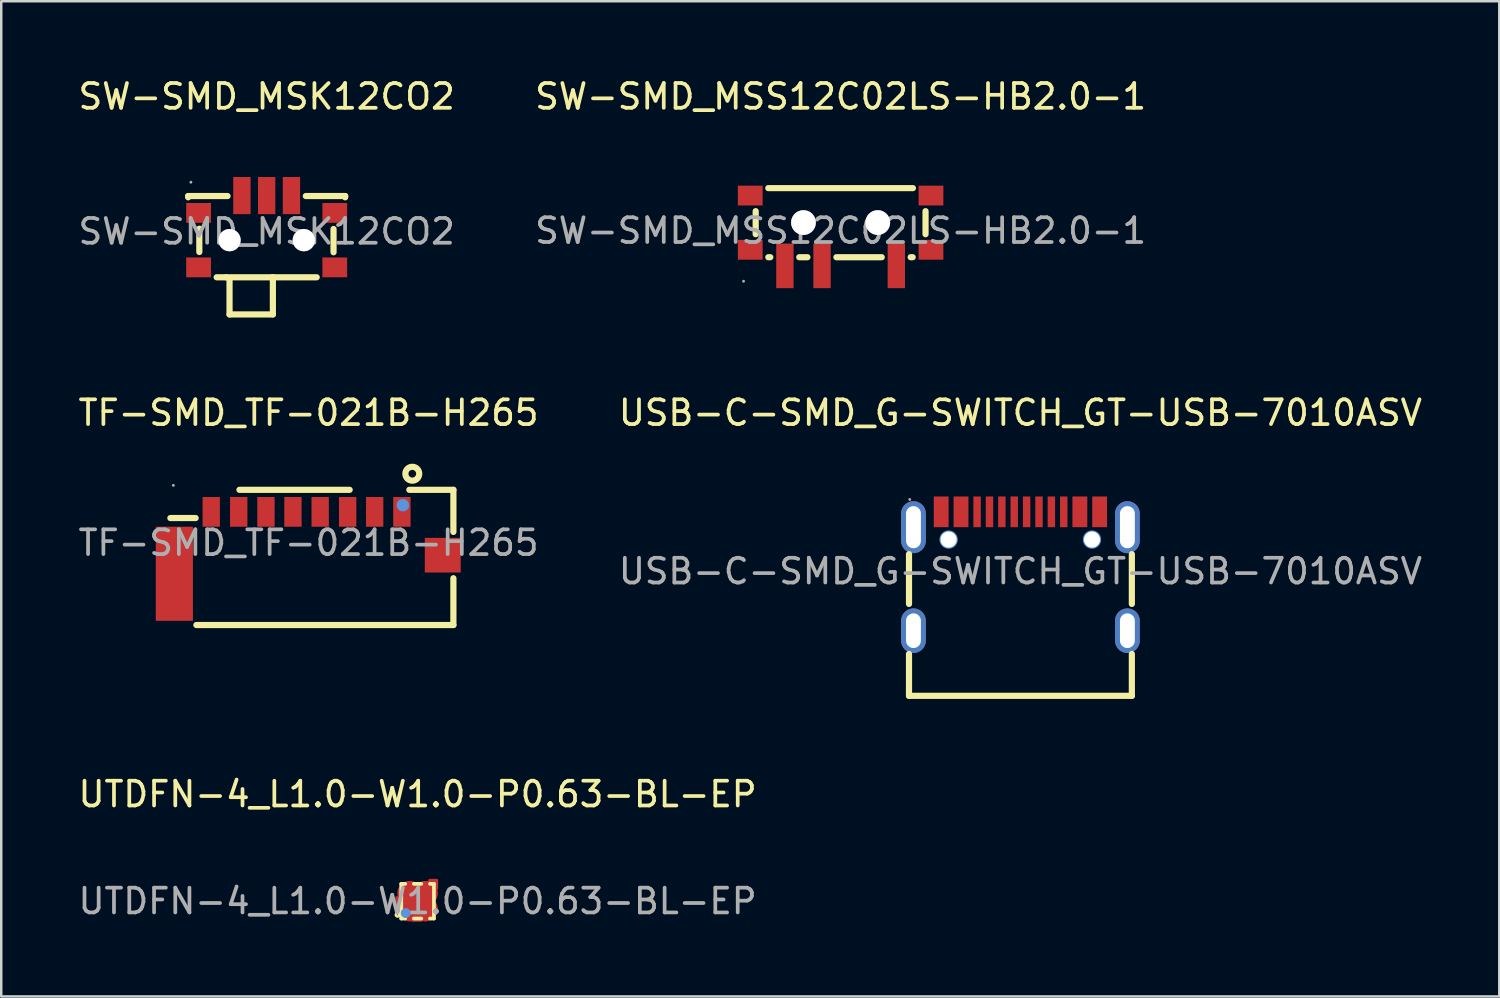
<source format=kicad_pcb>
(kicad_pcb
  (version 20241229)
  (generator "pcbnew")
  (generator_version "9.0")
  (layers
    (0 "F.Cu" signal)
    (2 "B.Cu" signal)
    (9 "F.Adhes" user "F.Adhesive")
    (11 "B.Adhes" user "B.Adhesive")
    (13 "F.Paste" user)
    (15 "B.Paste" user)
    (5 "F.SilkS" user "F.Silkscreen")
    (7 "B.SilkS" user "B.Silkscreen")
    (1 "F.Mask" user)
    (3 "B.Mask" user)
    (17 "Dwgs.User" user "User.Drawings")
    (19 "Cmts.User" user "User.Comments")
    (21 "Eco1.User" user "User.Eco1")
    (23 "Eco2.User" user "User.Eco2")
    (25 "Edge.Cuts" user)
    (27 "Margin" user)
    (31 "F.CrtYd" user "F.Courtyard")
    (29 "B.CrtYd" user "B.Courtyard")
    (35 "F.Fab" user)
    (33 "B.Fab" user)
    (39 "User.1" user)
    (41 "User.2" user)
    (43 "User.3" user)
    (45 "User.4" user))
  (footprint "USB-C-SMD_G-SWITCH_GT-USB-7010ASV"
    (layer "F.Cu")
    (at 38.161 20.021)
    (property "Reference" "USB-C-SMD_G-SWITCH_GT-USB-7010ASV" (at 0 -6.4 0) (layer "F.SilkS") (effects (font (size 1 1) (thickness 0.15))))
    (attr smd)
    (fp_line (start -4.5 1.32) (end -4.5 -0.69) (stroke (width 0.25) (type solid)) (layer "F.SilkS"))
    (fp_line (start -4.5 5.03) (end -4.5 3.34) (stroke (width 0.25) (type solid)) (layer "F.SilkS"))
    (fp_line (start 4.5 1.32) (end 4.5 -0.69) (stroke (width 0.25) (type solid)) (layer "F.SilkS"))
    (fp_line (start 4.5 5.03) (end -4.5 5.03) (stroke (width 0.25) (type solid)) (layer "F.SilkS"))
    (fp_line (start 4.5 5.03) (end 4.5 3.34) (stroke (width 0.25) (type solid)) (layer "F.SilkS"))
    (fp_circle (center -2.9 -1.28) (end -2.78 -1.28) (stroke (width 0.25) (type solid)) (fill no) (layer "Cmts.User"))
    (fp_circle (center 2.89 -1.28) (end 3.01 -1.28) (stroke (width 0.25) (type solid)) (fill no) (layer "Cmts.User"))
    (fp_circle (center -4.47 -2.9) (end -4.44 -2.9) (stroke (width 0.06) (type solid)) (fill no) (layer "F.Fab"))
    (fp_text user "${REFERENCE}" (at 0 0 0) (layer "F.Fab") (effects (font (size 1 1) (thickness 0.15))))
    (pad "" thru_hole circle (at -2.9 -1.28) (size 0.65 0.65) (drill 0.65) (layers "*.Cu" "*.Mask"))
    (pad "" thru_hole circle (at 2.89 -1.28) (size 0.65 0.65) (drill 0.65) (layers "*.Cu" "*.Mask"))
    (pad "1" thru_hole oval (at -4.32 -1.78) (size 1 2.1) (drill oval 0.6 1.7) (layers "*.Cu" "*.Mask"))
    (pad "2" thru_hole oval (at 4.32 -1.78) (size 1 2.1) (drill oval 0.6 1.7) (layers "*.Cu" "*.Mask"))
    (pad "3" thru_hole oval (at 4.32 2.4) (size 1 1.8) (drill oval 0.6 1.4) (layers "*.Cu" "*.Mask"))
    (pad "4" thru_hole oval (at -4.32 2.4) (size 1 1.8) (drill oval 0.6 1.4) (layers "*.Cu" "*.Mask"))
    (pad "A1B12" smd rect (at -3.2 -2.4) (size 0.6 1.24) (layers "F.Cu" "F.Mask" "F.Paste"))
    (pad "A4B9" smd rect (at -2.4 -2.4) (size 0.6 1.24) (layers "F.Cu" "F.Mask" "F.Paste"))
    (pad "A5" smd rect (at -1.25 -2.4) (size 0.3 1.24) (layers "F.Cu" "F.Mask" "F.Paste"))
    (pad "A6" smd rect (at -0.25 -2.4) (size 0.3 1.24) (layers "F.Cu" "F.Mask" "F.Paste"))
    (pad "A7" smd rect (at 0.25 -2.4) (size 0.3 1.24) (layers "F.Cu" "F.Mask" "F.Paste"))
    (pad "A8" smd rect (at 1.25 -2.4) (size 0.3 1.24) (layers "F.Cu" "F.Mask" "F.Paste"))
    (pad "B1A12" smd rect (at 3.2 -2.4) (size 0.6 1.24) (layers "F.Cu" "F.Mask" "F.Paste"))
    (pad "B4A9" smd rect (at 2.4 -2.4) (size 0.6 1.24) (layers "F.Cu" "F.Mask" "F.Paste"))
    (pad "B5" smd rect (at 1.75 -2.4) (size 0.3 1.24) (layers "F.Cu" "F.Mask" "F.Paste"))
    (pad "B6" smd rect (at 0.75 -2.4) (size 0.3 1.24) (layers "F.Cu" "F.Mask" "F.Paste"))
    (pad "B7" smd rect (at -0.75 -2.4) (size 0.3 1.24) (layers "F.Cu" "F.Mask" "F.Paste"))
    (pad "B8" smd rect (at -1.75 -2.4) (size 0.3 1.24) (layers "F.Cu" "F.Mask" "F.Paste")))
  (footprint "UTDFN-4_L1.0-W1.0-P0.63-BL-EP"
    (layer "F.Cu")
    (at 13.815 33.345)
    (property "Reference" "UTDFN-4_L1.0-W1.0-P0.63-BL-EP" (at 0 -4.32 0) (layer "F.SilkS") (effects (font (size 1 1) (thickness 0.15))))
    (attr smd)
    (fp_line (start -0.66 -0.7) (end -0.66 0.7) (stroke (width 0.15) (type solid)) (layer "F.SilkS"))
    (fp_line (start -0.66 -0.7) (end -0.5 -0.7) (stroke (width 0.15) (type solid)) (layer "F.SilkS"))
    (fp_line (start -0.66 0.7) (end -0.5 0.7) (stroke (width 0.15) (type solid)) (layer "F.SilkS"))
    (fp_line (start -0.15 -0.7) (end 0.15 -0.7) (stroke (width 0.15) (type solid)) (layer "F.SilkS"))
    (fp_line (start -0.15 0.7) (end 0.15 0.7) (stroke (width 0.15) (type solid)) (layer "F.SilkS"))
    (fp_line (start 0.5 -0.7) (end 0.66 -0.7) (stroke (width 0.15) (type solid)) (layer "F.SilkS"))
    (fp_line (start 0.5 0.7) (end 0.66 0.7) (stroke (width 0.15) (type solid)) (layer "F.SilkS"))
    (fp_line (start 0.66 -0.7) (end 0.66 0.7) (stroke (width 0.15) (type solid)) (layer "F.SilkS"))
    (fp_circle (center -0.81 0.55) (end -0.79 0.55) (stroke (width 0.1) (type solid)) (fill no) (layer "F.SilkS"))
    (fp_circle (center -0.48 0.48) (end -0.38 0.48) (stroke (width 0.2) (type solid)) (fill no) (layer "Cmts.User"))
    (fp_circle (center -0.5 0.5) (end -0.47 0.5) (stroke (width 0.06) (type solid)) (fill no) (layer "F.Fab"))
    (fp_text user "${REFERENCE}" (at 0 0 0) (layer "F.Fab") (effects (font (size 1 1) (thickness 0.15))))
    (pad "1" smd custom (at -0.32 0.32 180) (size 1 1) (layers "F.Cu" "F.Mask" "F.Paste") (options (anchor circle)) (primitives (gr_poly (pts (xy -0.17 0.52) (xy -0.47 0.52) (xy -0.47 0.12) (xy -0.17 0.42)) (width 0.1) (fill yes))))
    (pad "2" smd custom (at 0.32 0.32 270) (size 1 1) (layers "F.Cu" "F.Mask" "F.Paste") (options (anchor circle)) (primitives (gr_poly (pts (xy 0.46 0.17) (xy 0.46 0.52) (xy 0.16 0.52) (xy 0.16 0.42) (xy 0.41 0.17)) (width 0.1) (fill yes))))
    (pad "3" smd custom (at 0.32 -0.32) (size 1 1) (layers "F.Cu" "F.Mask" "F.Paste") (options (anchor circle)) (primitives (gr_poly (pts (xy 0.16 -0.53) (xy 0.46 -0.53) (xy 0.46 -0.18) (xy 0.41 -0.18) (xy 0.16 -0.43)) (width 0.1) (fill yes))))
    (pad "4" smd custom (at -0.32 -0.32 90) (size 1 1) (layers "F.Cu" "F.Mask" "F.Paste") (options (anchor circle)) (primitives (gr_poly (pts (xy -0.47 -0.18) (xy -0.47 -0.53) (xy -0.17 -0.53) (xy -0.17 -0.48) (xy -0.17 -0.43) (xy -0.42 -0.18)) (width 0.1) (fill yes))))
    (pad "5" smd rect (at 0 0 45) (size 0.48 0.48) (layers "F.Cu" "F.Mask" "F.Paste")))
  (footprint "SW-SMD_MSK12CO2"
    (layer "F.Cu")
    (at 7.72 6.298)
    (property "Reference" "SW-SMD_MSK12CO2" (at 0 -5.45 0) (layer "F.SilkS") (effects (font (size 1 1) (thickness 0.15))))
    (attr smd)
    (fp_line (start -3.17 -1.43) (end -3.17 -1.38) (stroke (width 0.25) (type solid)) (layer "F.SilkS"))
    (fp_line (start -2.72 -0.11) (end -2.72 0.83) (stroke (width 0.25) (type solid)) (layer "F.SilkS"))
    (fp_line (start -1.64 1.85) (end -2.02 1.85) (stroke (width 0.25) (type solid)) (layer "F.SilkS"))
    (fp_line (start -1.58 -1.43) (end -3.17 -1.43) (stroke (width 0.25) (type solid)) (layer "F.SilkS"))
    (fp_line (start -1.5 3.35) (end -1.5 1.9) (stroke (width 0.25) (type solid)) (layer "F.SilkS"))
    (fp_line (start 0.25 1.85) (end -1.64 1.85) (stroke (width 0.25) (type solid)) (layer "F.SilkS"))
    (fp_line (start 0.25 1.85) (end 0.25 3.35) (stroke (width 0.25) (type solid)) (layer "F.SilkS"))
    (fp_line (start 0.25 1.85) (end 2.02 1.85) (stroke (width 0.25) (type solid)) (layer "F.SilkS"))
    (fp_line (start 0.25 3.35) (end -1.5 3.35) (stroke (width 0.25) (type solid)) (layer "F.SilkS"))
    (fp_line (start 1.58 -1.43) (end 3.17 -1.43) (stroke (width 0.25) (type solid)) (layer "F.SilkS"))
    (fp_line (start 2.7 -0.1) (end 2.7 0.84) (stroke (width 0.25) (type solid)) (layer "F.SilkS"))
    (fp_line (start 3.17 -1.43) (end 3.17 -1.38) (stroke (width 0.25) (type solid)) (layer "F.SilkS"))
    (fp_circle (center -1.5 0.35) (end -1.31 0.35) (stroke (width 0.38) (type solid)) (fill no) (layer "Cmts.User"))
    (fp_circle (center 1.5 0.35) (end 1.69 0.35) (stroke (width 0.38) (type solid)) (fill no) (layer "Cmts.User"))
    (fp_circle (center -3.06 -1.99) (end -3.03 -1.99) (stroke (width 0.06) (type solid)) (fill no) (layer "F.Fab"))
    (fp_text user "${REFERENCE}" (at 0 0 0) (layer "F.Fab") (effects (font (size 1 1) (thickness 0.15))))
    (pad "" thru_hole circle (at -1.5 0.35) (size 0.9 0.9) (drill 0.9) (layers "*.Cu" "*.Mask"))
    (pad "" thru_hole circle (at 1.5 0.35) (size 0.9 0.9) (drill 0.9) (layers "*.Cu" "*.Mask"))
    (pad "1" smd rect (at -1 -1.45) (size 0.7 1.5) (layers "F.Cu" "F.Mask" "F.Paste"))
    (pad "2" smd rect (at 0 -1.45) (size 0.7 1.5) (layers "F.Cu" "F.Mask" "F.Paste"))
    (pad "3" smd rect (at 1 -1.45) (size 0.7 1.5) (layers "F.Cu" "F.Mask" "F.Paste"))
    (pad "4" smd rect (at -2.75 -0.75) (size 1 0.8) (layers "F.Cu" "F.Mask" "F.Paste"))
    (pad "4" smd rect (at -2.75 1.45) (size 1 0.8) (layers "F.Cu" "F.Mask" "F.Paste"))
    (pad "5" smd rect (at 2.75 -0.75) (size 1 0.8) (layers "F.Cu" "F.Mask" "F.Paste"))
    (pad "5" smd rect (at 2.75 1.45) (size 1 0.8) (layers "F.Cu" "F.Mask" "F.Paste")))
  (footprint "SW-SMD_MSS12C02LS-HB2.0-1"
    (layer "F.Cu")
    (at 30.899 6.268)
    (property "Reference" "SW-SMD_MSS12C02LS-HB2.0-1" (at 0 -5.42 0) (layer "F.SilkS") (effects (font (size 1 1) (thickness 0.15))))
    (attr smd)
    (fp_line (start -3.43 -0.79) (end -3.43 0.14) (stroke (width 0.25) (type solid)) (layer "F.SilkS"))
    (fp_line (start -2.92 1.07) (end -2.84 1.07) (stroke (width 0.25) (type solid)) (layer "F.SilkS"))
    (fp_line (start -1.67 1.07) (end -1.34 1.07) (stroke (width 0.25) (type solid)) (layer "F.SilkS"))
    (fp_line (start -0.17 1.07) (end 1.66 1.07) (stroke (width 0.25) (type solid)) (layer "F.SilkS"))
    (fp_line (start 2.83 1.07) (end 2.91 1.07) (stroke (width 0.25) (type solid)) (layer "F.SilkS"))
    (fp_line (start 2.92 -1.72) (end -2.92 -1.72) (stroke (width 0.25) (type solid)) (layer "F.SilkS"))
    (fp_line (start 3.43 -0.79) (end 3.43 0.14) (stroke (width 0.25) (type solid)) (layer "F.SilkS"))
    (fp_circle (center -1.5 -0.33) (end -1.32 -0.33) (stroke (width 0.35) (type solid)) (fill no) (layer "Cmts.User"))
    (fp_circle (center 1.5 -0.33) (end 1.68 -0.33) (stroke (width 0.35) (type solid)) (fill no) (layer "Cmts.User"))
    (fp_circle (center -3.92 2.04) (end -3.89 2.04) (stroke (width 0.06) (type solid)) (fill no) (layer "F.Fab"))
    (fp_text user "${REFERENCE}" (at 0 0 0) (layer "F.Fab") (effects (font (size 1 1) (thickness 0.15))))
    (pad "" thru_hole circle (at -1.5 -0.33) (size 1 1) (drill 1) (layers "*.Cu" "*.Mask"))
    (pad "" thru_hole circle (at 1.5 -0.33) (size 1 1) (drill 1) (layers "*.Cu" "*.Mask"))
    (pad "1" smd rect (at -2.25 1.42) (size 0.7 1.8) (layers "F.Cu" "F.Mask" "F.Paste"))
    (pad "2" smd rect (at -0.75 1.42) (size 0.7 1.8) (layers "F.Cu" "F.Mask" "F.Paste"))
    (pad "3" smd rect (at 2.25 1.42) (size 0.7 1.8) (layers "F.Cu" "F.Mask" "F.Paste"))
    (pad "4" smd rect (at -3.65 -1.42 90) (size 0.8 1) (layers "F.Cu" "F.Mask" "F.Paste"))
    (pad "4" smd rect (at -3.65 0.77 90) (size 0.8 1) (layers "F.Cu" "F.Mask" "F.Paste"))
    (pad "4" smd rect (at 3.65 -1.42 90) (size 0.8 1) (layers "F.Cu" "F.Mask" "F.Paste"))
    (pad "4" smd rect (at 3.65 0.77 90) (size 0.8 1) (layers "F.Cu" "F.Mask" "F.Paste")))
  (footprint "TF-SMD_TF-021B-H265"
    (layer "F.Cu")
    (at 9.411 18.872)
    (property "Reference" "TF-SMD_TF-021B-H265" (at 0 -5.25 0) (layer "F.SilkS") (effects (font (size 1 1) (thickness 0.15))))
    (attr smd)
    (fp_line (start -5.58 -1) (end -4.56 -1) (stroke (width 0.25) (type solid)) (layer "F.SilkS"))
    (fp_line (start -4.53 3.32) (end 5.85 3.32) (stroke (width 0.25) (type solid)) (layer "F.SilkS"))
    (fp_line (start -2.79 -2.14) (end 1.66 -2.14) (stroke (width 0.25) (type solid)) (layer "F.SilkS"))
    (fp_line (start 5.85 -2.14) (end 4.07 -2.14) (stroke (width 0.25) (type solid)) (layer "F.SilkS"))
    (fp_line (start 5.85 -0.44) (end 5.85 -2.14) (stroke (width 0.25) (type solid)) (layer "F.SilkS"))
    (fp_line (start 5.85 3.32) (end 5.85 1.43) (stroke (width 0.25) (type solid)) (layer "F.SilkS"))
    (fp_circle (center 4.19 -2.79) (end 4.47 -2.79) (stroke (width 0.25) (type solid)) (fill no) (layer "F.SilkS"))
    (fp_circle (center 3.81 -1.52) (end 3.94 -1.52) (stroke (width 0.25) (type solid)) (fill no) (layer "Cmts.User"))
    (fp_circle (center -5.46 -2.32) (end -5.43 -2.32) (stroke (width 0.06) (type solid)) (fill no) (layer "F.Fab"))
    (fp_text user "${REFERENCE}" (at 0 0 0) (layer "F.Fab") (effects (font (size 1 1) (thickness 0.15))))
    (pad "1" smd rect (at 3.77 -1.25 90) (size 1.2 0.7) (layers "F.Cu" "F.Mask" "F.Paste"))
    (pad "2" smd rect (at 2.67 -1.25 90) (size 1.2 0.7) (layers "F.Cu" "F.Mask" "F.Paste"))
    (pad "3" smd rect (at 1.58 -1.25 90) (size 1.2 0.7) (layers "F.Cu" "F.Mask" "F.Paste"))
    (pad "4" smd rect (at 0.47 -1.25 90) (size 1.2 0.7) (layers "F.Cu" "F.Mask" "F.Paste"))
    (pad "5" smd rect (at -0.63 -1.25 90) (size 1.2 0.7) (layers "F.Cu" "F.Mask" "F.Paste"))
    (pad "6" smd rect (at -1.72 -1.25 90) (size 1.2 0.7) (layers "F.Cu" "F.Mask" "F.Paste"))
    (pad "7" smd rect (at -2.82 -1.25 90) (size 1.2 0.7) (layers "F.Cu" "F.Mask" "F.Paste"))
    (pad "8" smd rect (at -3.93 -1.25 90) (size 1.2 0.7) (layers "F.Cu" "F.Mask" "F.Paste"))
    (pad "9" smd rect (at -5.42 1.25 270) (size 3.8 1.5) (layers "F.Cu" "F.Mask" "F.Paste"))
    (pad "10" smd rect (at 5.42 0.5 270) (size 1.4 1.45) (layers "F.Cu" "F.Mask" "F.Paste")))
  (gr_rect
    (start -3 -3)
    (end 57.5 37.193)
    (stroke (width 0.1) (type default))
    (fill no)
    (layer "Edge.Cuts")))
</source>
